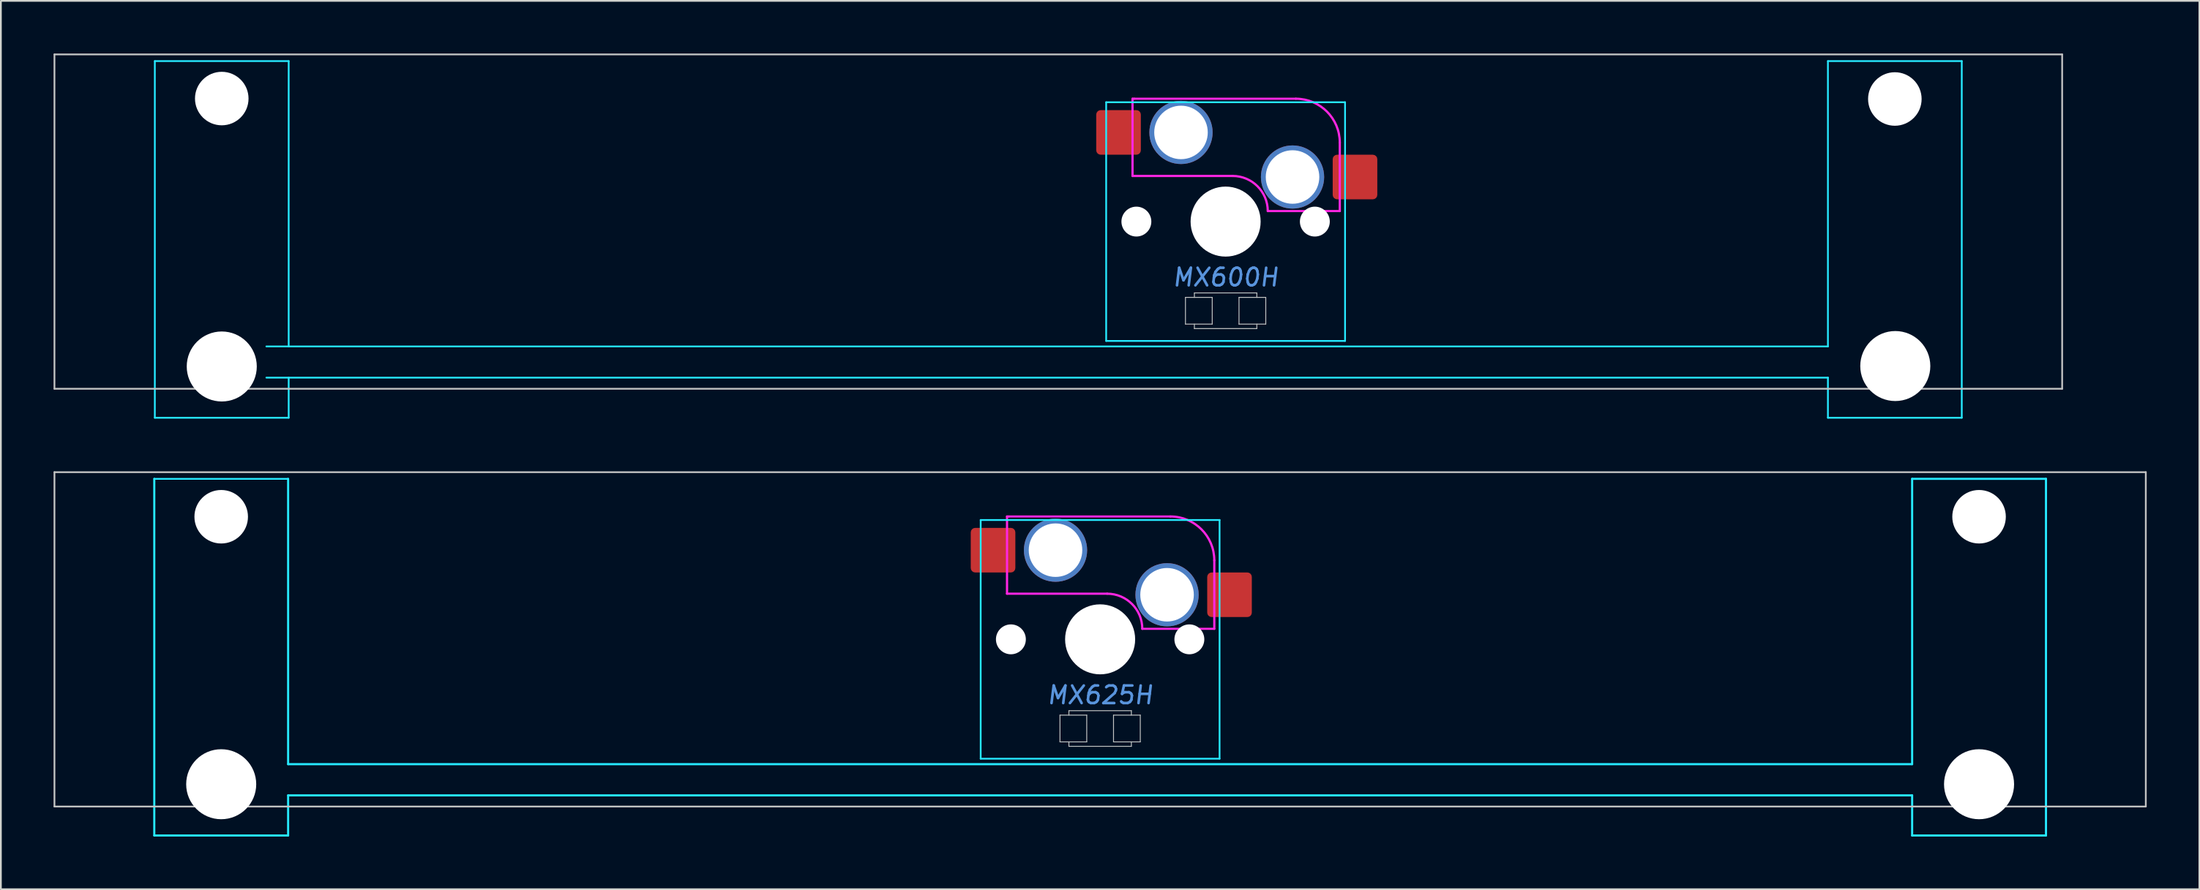
<source format=kicad_pcb>
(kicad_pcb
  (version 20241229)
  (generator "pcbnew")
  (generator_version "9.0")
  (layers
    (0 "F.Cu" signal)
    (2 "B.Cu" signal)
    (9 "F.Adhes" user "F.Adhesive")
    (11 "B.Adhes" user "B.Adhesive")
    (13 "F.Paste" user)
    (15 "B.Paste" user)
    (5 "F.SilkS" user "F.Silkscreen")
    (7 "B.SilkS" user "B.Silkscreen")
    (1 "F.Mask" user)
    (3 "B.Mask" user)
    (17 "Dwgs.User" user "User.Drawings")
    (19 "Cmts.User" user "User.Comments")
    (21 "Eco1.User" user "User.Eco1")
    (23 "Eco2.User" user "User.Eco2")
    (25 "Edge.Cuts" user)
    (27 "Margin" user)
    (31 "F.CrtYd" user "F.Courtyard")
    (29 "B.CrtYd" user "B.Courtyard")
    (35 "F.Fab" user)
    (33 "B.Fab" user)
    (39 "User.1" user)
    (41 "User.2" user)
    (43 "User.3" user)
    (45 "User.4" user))
  (footprint "MX600H"
    (layer "F.Cu")
    (at 66.725 9.575)
    (property "Reference" "MX600H" (at 0 3.175 0) (layer "Cmts.User") (effects (font (size 1 1) (thickness 0.15) (italic yes))))
    (attr smd)
    (fp_line (start -66.675 -9.525) (end -66.675 9.525) (stroke (width 0.1) (type solid)) (layer "Dwgs.User"))
    (fp_line (start -66.675 -9.525) (end 47.625 -9.525) (stroke (width 0.1) (type solid)) (layer "Dwgs.User"))
    (fp_line (start -66.675 9.525) (end 47.625 9.525) (stroke (width 0.1) (type solid)) (layer "Dwgs.User"))
    (fp_line (start -2.286 4.318) (end -0.762 4.318) (stroke (width 0.051) (type solid)) (layer "Dwgs.User"))
    (fp_line (start -2.286 5.842) (end -2.286 4.318) (stroke (width 0.051) (type solid)) (layer "Dwgs.User"))
    (fp_line (start -1.778 4.064) (end 1.778 4.064) (stroke (width 0.051) (type solid)) (layer "Dwgs.User"))
    (fp_line (start -1.778 4.318) (end -1.778 4.064) (stroke (width 0.051) (type solid)) (layer "Dwgs.User"))
    (fp_line (start -1.778 6.096) (end -1.778 5.842) (stroke (width 0.051) (type solid)) (layer "Dwgs.User"))
    (fp_line (start -0.762 4.318) (end -0.762 5.842) (stroke (width 0.051) (type solid)) (layer "Dwgs.User"))
    (fp_line (start -0.762 5.842) (end -2.286 5.842) (stroke (width 0.051) (type solid)) (layer "Dwgs.User"))
    (fp_line (start 0.762 4.318) (end 2.286 4.318) (stroke (width 0.051) (type solid)) (layer "Dwgs.User"))
    (fp_line (start 0.762 5.842) (end 0.762 4.318) (stroke (width 0.051) (type solid)) (layer "Dwgs.User"))
    (fp_line (start 1.778 4.064) (end 1.778 4.318) (stroke (width 0.051) (type solid)) (layer "Dwgs.User"))
    (fp_line (start 1.778 5.842) (end 1.778 6.096) (stroke (width 0.051) (type solid)) (layer "Dwgs.User"))
    (fp_line (start 1.778 6.096) (end -1.778 6.096) (stroke (width 0.051) (type solid)) (layer "Dwgs.User"))
    (fp_line (start 2.286 4.318) (end 2.286 5.842) (stroke (width 0.051) (type solid)) (layer "Dwgs.User"))
    (fp_line (start 2.286 5.842) (end 0.762 5.842) (stroke (width 0.051) (type solid)) (layer "Dwgs.User"))
    (fp_line (start 47.625 -9.525) (end 47.625 9.525) (stroke (width 0.1) (type solid)) (layer "Dwgs.User"))
    (fp_line (start -60.65 -5.485) (end -60.65 8.515) (stroke (width 0.1) (type solid)) (layer "Eco1.User"))
    (fp_line (start -60.15 -5.985) (end -54.15 -5.985) (stroke (width 0.1) (type solid)) (layer "Eco1.User"))
    (fp_line (start -54.15 9.015) (end -60.15 9.015) (stroke (width 0.1) (type solid)) (layer "Eco1.User"))
    (fp_line (start -53.65 8.515) (end -53.65 -5.485) (stroke (width 0.1) (type solid)) (layer "Eco1.User"))
    (fp_line (start -7 -6.5) (end -7 6.5) (stroke (width 0.1) (type solid)) (layer "Eco1.User"))
    (fp_line (start -6.5 7) (end 6.5 7) (stroke (width 0.1) (type solid)) (layer "Eco1.User"))
    (fp_line (start 6.5 -7) (end -6.5 -7) (stroke (width 0.1) (type solid)) (layer "Eco1.User"))
    (fp_line (start 7 6.5) (end 7 -6.5) (stroke (width 0.1) (type solid)) (layer "Eco1.User"))
    (fp_line (start 34.6 -5.485) (end 34.6 8.515) (stroke (width 0.1) (type solid)) (layer "Eco1.User"))
    (fp_line (start 35.1 -5.985) (end 41.1 -5.985) (stroke (width 0.1) (type solid)) (layer "Eco1.User"))
    (fp_line (start 41.1 9.015) (end 35.1 9.015) (stroke (width 0.1) (type solid)) (layer "Eco1.User"))
    (fp_line (start 41.6 8.515) (end 41.6 -5.485) (stroke (width 0.1) (type solid)) (layer "Eco1.User"))
    (fp_arc (start -60.65 -5.485) (mid -60.503553 -5.838553) (end -60.15 -5.985) (stroke (width 0.1) (type solid)) (layer "Eco1.User"))
    (fp_arc (start -60.15 9.015) (mid -60.503553 8.868553) (end -60.65 8.515) (stroke (width 0.1) (type solid)) (layer "Eco1.User"))
    (fp_arc (start -54.15 -5.985) (mid -53.796447 -5.838553) (end -53.65 -5.485) (stroke (width 0.1) (type solid)) (layer "Eco1.User"))
    (fp_arc (start -53.65 8.515) (mid -53.796447 8.868553) (end -54.15 9.015) (stroke (width 0.1) (type solid)) (layer "Eco1.User"))
    (fp_arc (start -7 -6.5) (mid -6.853553 -6.853553) (end -6.5 -7) (stroke (width 0.1) (type solid)) (layer "Eco1.User"))
    (fp_arc (start -6.5 7) (mid -6.853553 6.853553) (end -7 6.5) (stroke (width 0.1) (type solid)) (layer "Eco1.User"))
    (fp_arc (start 6.5 -7) (mid 6.853553 -6.853553) (end 7 -6.5) (stroke (width 0.1) (type solid)) (layer "Eco1.User"))
    (fp_arc (start 7 6.5) (mid 6.853553 6.853553) (end 6.5 7) (stroke (width 0.1) (type solid)) (layer "Eco1.User"))
    (fp_arc (start 34.6 -5.485) (mid 34.746447 -5.838553) (end 35.1 -5.985) (stroke (width 0.1) (type solid)) (layer "Eco1.User"))
    (fp_arc (start 35.1 9.015) (mid 34.746447 8.868553) (end 34.6 8.515) (stroke (width 0.1) (type solid)) (layer "Eco1.User"))
    (fp_arc (start 41.1 -5.985) (mid 41.453553 -5.838553) (end 41.6 -5.485) (stroke (width 0.1) (type solid)) (layer "Eco1.User"))
    (fp_arc (start 41.6 8.515) (mid 41.453553 8.868553) (end 41.1 9.015) (stroke (width 0.1) (type solid)) (layer "Eco1.User"))
    (fp_line (start -60.96 -9.144) (end -60.96 11.176) (stroke (width 0.1) (type solid)) (layer "B.CrtYd"))
    (fp_line (start -60.96 -9.144) (end -53.34 -9.144) (stroke (width 0.1) (type solid)) (layer "B.CrtYd"))
    (fp_line (start -60.96 11.176) (end -53.34 11.176) (stroke (width 0.1) (type solid)) (layer "B.CrtYd"))
    (fp_line (start -54.61 7.112) (end 34.29 7.112) (stroke (width 0.1) (type solid)) (layer "B.CrtYd"))
    (fp_line (start -54.61 8.89) (end 34.29 8.89) (stroke (width 0.1) (type solid)) (layer "B.CrtYd"))
    (fp_line (start -53.34 7.112) (end -53.34 -9.144) (stroke (width 0.1) (type solid)) (layer "B.CrtYd"))
    (fp_line (start -53.34 8.89) (end -53.34 11.176) (stroke (width 0.1) (type solid)) (layer "B.CrtYd"))
    (fp_line (start -6.8 -6.8) (end -6.8 6.8) (stroke (width 0.1) (type solid)) (layer "B.CrtYd"))
    (fp_line (start 6.8 -6.8) (end -6.8 -6.8) (stroke (width 0.1) (type solid)) (layer "B.CrtYd"))
    (fp_line (start 6.8 -6.8) (end 6.8 6.8) (stroke (width 0.1) (type solid)) (layer "B.CrtYd"))
    (fp_line (start 6.8 6.8) (end -6.8 6.8) (stroke (width 0.1) (type solid)) (layer "B.CrtYd"))
    (fp_line (start 34.29 7.112) (end 34.29 -9.144) (stroke (width 0.1) (type solid)) (layer "B.CrtYd"))
    (fp_line (start 34.29 8.89) (end 34.29 11.176) (stroke (width 0.1) (type solid)) (layer "B.CrtYd"))
    (fp_line (start 41.91 -9.144) (end 34.29 -9.144) (stroke (width 0.1) (type solid)) (layer "B.CrtYd"))
    (fp_line (start 41.91 -9.144) (end 41.91 11.176) (stroke (width 0.1) (type solid)) (layer "B.CrtYd"))
    (fp_line (start 41.91 11.176) (end 34.29 11.176) (stroke (width 0.1) (type solid)) (layer "B.CrtYd"))
    (fp_line (start -5.3 -7) (end -5.3 -2.6) (stroke (width 0.127) (type solid)) (layer "F.CrtYd"))
    (fp_line (start -5.2 -7) (end -5.3 -7) (stroke (width 0.12) (type solid)) (layer "F.CrtYd"))
    (fp_line (start 0.4 -2.6) (end -5.3 -2.6) (stroke (width 0.127) (type solid)) (layer "F.CrtYd"))
    (fp_line (start 4 -7) (end -5.2 -7) (stroke (width 0.12) (type solid)) (layer "F.CrtYd"))
    (fp_line (start 6.5 -4.5) (end 6.5 -0.6) (stroke (width 0.127) (type solid)) (layer "F.CrtYd"))
    (fp_line (start 6.5 -0.6) (end 2.4 -0.6) (stroke (width 0.12) (type solid)) (layer "F.CrtYd"))
    (fp_arc (start 0.4 -2.6) (mid 1.814214 -2.014214) (end 2.4 -0.6) (stroke (width 0.127) (type solid)) (layer "F.CrtYd"))
    (fp_arc (start 4 -7) (mid 5.767767 -6.267767) (end 6.5 -4.5) (stroke (width 0.127) (type solid)) (layer "F.CrtYd"))
    (pad "" np_thru_hole circle (at -57.15 -7.01) (size 3.048 3.048) (drill 3.048) (layers "*.Cu" "*.Mask"))
    (pad "" np_thru_hole circle (at -57.15 8.255) (size 3.988 3.988) (drill 3.988) (layers "*.Cu" "*.Mask"))
    (pad "" np_thru_hole circle (at -5.08 0) (size 1.702 1.702) (drill 1.702) (layers "*.Cu" "*.Mask"))
    (pad "" thru_hole circle (at -2.54 -5.08) (size 3.6 3.6) (drill 3.048) (layers "*.Cu" "*.Mask"))
    (pad "" np_thru_hole circle (at 0 0) (size 3.988 3.988) (drill 3.988) (layers "*.Cu" "*.Mask"))
    (pad "" thru_hole circle (at 3.81 -2.54) (size 3.6 3.6) (drill 3.048) (layers "*.Cu" "*.Mask"))
    (pad "" np_thru_hole circle (at 5.08 0) (size 1.702 1.702) (drill 1.702) (layers "*.Cu" "*.Mask"))
    (pad "" np_thru_hole circle (at 38.1 -6.985) (size 3.048 3.048) (drill 3.048) (layers "*.Cu" "*.Mask"))
    (pad "" np_thru_hole circle (at 38.125 8.23) (size 3.988 3.988) (drill 3.988) (layers "*.Cu" "*.Mask"))
    (pad "1" smd roundrect (at -6.096 -5.08) (size 2.54 2.54) (layers "F.Cu" "F.Mask") (roundrect_rratio 0.1))
    (pad "2" smd roundrect (at 7.366 -2.54) (size 2.54 2.54) (layers "F.Cu" "F.Mask") (roundrect_rratio 0.1)))
  (footprint "MX625H"
    (layer "F.Cu")
    (at 59.581 33.376)
    (property "Reference" "MX625H" (at 0 3.175 0) (layer "Cmts.User") (effects (font (size 1 1) (thickness 0.15) (italic yes))))
    (attr smd)
    (fp_line (start -59.531 -9.525) (end -59.531 9.525) (stroke (width 0.1) (type solid)) (layer "Dwgs.User"))
    (fp_line (start -59.531 -9.525) (end 59.531 -9.525) (stroke (width 0.1) (type solid)) (layer "Dwgs.User"))
    (fp_line (start -59.531 9.525) (end 59.531 9.525) (stroke (width 0.1) (type solid)) (layer "Dwgs.User"))
    (fp_line (start -2.286 4.318) (end -0.762 4.318) (stroke (width 0.051) (type solid)) (layer "Dwgs.User"))
    (fp_line (start -2.286 5.842) (end -2.286 4.318) (stroke (width 0.051) (type solid)) (layer "Dwgs.User"))
    (fp_line (start -1.778 4.064) (end 1.778 4.064) (stroke (width 0.051) (type solid)) (layer "Dwgs.User"))
    (fp_line (start -1.778 4.318) (end -1.778 4.064) (stroke (width 0.051) (type solid)) (layer "Dwgs.User"))
    (fp_line (start -1.778 6.096) (end -1.778 5.842) (stroke (width 0.051) (type solid)) (layer "Dwgs.User"))
    (fp_line (start -0.762 4.318) (end -0.762 5.842) (stroke (width 0.051) (type solid)) (layer "Dwgs.User"))
    (fp_line (start -0.762 5.842) (end -2.286 5.842) (stroke (width 0.051) (type solid)) (layer "Dwgs.User"))
    (fp_line (start 0.762 4.318) (end 2.286 4.318) (stroke (width 0.051) (type solid)) (layer "Dwgs.User"))
    (fp_line (start 0.762 5.842) (end 0.762 4.318) (stroke (width 0.051) (type solid)) (layer "Dwgs.User"))
    (fp_line (start 1.778 4.064) (end 1.778 4.318) (stroke (width 0.051) (type solid)) (layer "Dwgs.User"))
    (fp_line (start 1.778 5.842) (end 1.778 6.096) (stroke (width 0.051) (type solid)) (layer "Dwgs.User"))
    (fp_line (start 1.778 6.096) (end -1.778 6.096) (stroke (width 0.051) (type solid)) (layer "Dwgs.User"))
    (fp_line (start 2.286 4.318) (end 2.286 5.842) (stroke (width 0.051) (type solid)) (layer "Dwgs.User"))
    (fp_line (start 2.286 5.842) (end 0.762 5.842) (stroke (width 0.051) (type solid)) (layer "Dwgs.User"))
    (fp_line (start 59.531 -9.525) (end 59.531 9.525) (stroke (width 0.1) (type solid)) (layer "Dwgs.User"))
    (fp_line (start -53.538 -5.485) (end -53.538 8.515) (stroke (width 0.1) (type solid)) (layer "Eco1.User"))
    (fp_line (start -53.038 -5.985) (end -47.038 -5.985) (stroke (width 0.1) (type solid)) (layer "Eco1.User"))
    (fp_line (start -47.038 9.015) (end -53.038 9.015) (stroke (width 0.1) (type solid)) (layer "Eco1.User"))
    (fp_line (start -46.538 8.515) (end -46.538 -5.485) (stroke (width 0.1) (type solid)) (layer "Eco1.User"))
    (fp_line (start -7 -6.5) (end -7 6.5) (stroke (width 0.1) (type solid)) (layer "Eco1.User"))
    (fp_line (start -6.5 7) (end 6.5 7) (stroke (width 0.1) (type solid)) (layer "Eco1.User"))
    (fp_line (start 6.5 -7) (end -6.5 -7) (stroke (width 0.1) (type solid)) (layer "Eco1.User"))
    (fp_line (start 7 6.5) (end 7 -6.5) (stroke (width 0.1) (type solid)) (layer "Eco1.User"))
    (fp_line (start 46.538 -5.485) (end 46.538 8.515) (stroke (width 0.1) (type solid)) (layer "Eco1.User"))
    (fp_line (start 47.038 -5.985) (end 53.038 -5.985) (stroke (width 0.1) (type solid)) (layer "Eco1.User"))
    (fp_line (start 53.038 9.015) (end 47.038 9.015) (stroke (width 0.1) (type solid)) (layer "Eco1.User"))
    (fp_line (start 53.538 8.515) (end 53.538 -5.485) (stroke (width 0.1) (type solid)) (layer "Eco1.User"))
    (fp_arc (start -53.538 -5.485) (mid -53.391553 -5.838553) (end -53.038 -5.985) (stroke (width 0.1) (type solid)) (layer "Eco1.User"))
    (fp_arc (start -53.038 9.015) (mid -53.391553 8.868553) (end -53.538 8.515) (stroke (width 0.1) (type solid)) (layer "Eco1.User"))
    (fp_arc (start -47.038 -5.985) (mid -46.684447 -5.838553) (end -46.538 -5.485) (stroke (width 0.1) (type solid)) (layer "Eco1.User"))
    (fp_arc (start -46.538 8.515) (mid -46.684447 8.868553) (end -47.038 9.015) (stroke (width 0.1) (type solid)) (layer "Eco1.User"))
    (fp_arc (start -7 -6.5) (mid -6.853553 -6.853553) (end -6.5 -7) (stroke (width 0.1) (type solid)) (layer "Eco1.User"))
    (fp_arc (start -6.5 7) (mid -6.853553 6.853553) (end -7 6.5) (stroke (width 0.1) (type solid)) (layer "Eco1.User"))
    (fp_arc (start 6.5 -7) (mid 6.853553 -6.853553) (end 7 -6.5) (stroke (width 0.1) (type solid)) (layer "Eco1.User"))
    (fp_arc (start 7 6.5) (mid 6.853553 6.853553) (end 6.5 7) (stroke (width 0.1) (type solid)) (layer "Eco1.User"))
    (fp_arc (start 46.538 -5.485) (mid 46.684447 -5.838553) (end 47.038 -5.985) (stroke (width 0.1) (type solid)) (layer "Eco1.User"))
    (fp_arc (start 47.038 9.015) (mid 46.684447 8.868553) (end 46.538 8.515) (stroke (width 0.1) (type solid)) (layer "Eco1.User"))
    (fp_arc (start 53.038 -5.985) (mid 53.391553 -5.838553) (end 53.538 -5.485) (stroke (width 0.1) (type solid)) (layer "Eco1.User"))
    (fp_arc (start 53.538 8.515) (mid 53.391553 8.868553) (end 53.038 9.015) (stroke (width 0.1) (type solid)) (layer "Eco1.User"))
    (fp_line (start -53.848 -9.144) (end -46.228 -9.144) (stroke (width 0.1) (type solid)) (layer "B.CrtYd"))
    (fp_line (start -53.848 11.176) (end -53.848 -9.144) (stroke (width 0.12) (type solid)) (layer "B.CrtYd"))
    (fp_line (start -53.848 11.176) (end -46.228 11.176) (stroke (width 0.12) (type solid)) (layer "B.CrtYd"))
    (fp_line (start -46.228 7.112) (end -46.228 -9.144) (stroke (width 0.12) (type solid)) (layer "B.CrtYd"))
    (fp_line (start -46.228 7.112) (end 46.228 7.112) (stroke (width 0.12) (type solid)) (layer "B.CrtYd"))
    (fp_line (start -46.228 8.89) (end 46.228 8.89) (stroke (width 0.12) (type solid)) (layer "B.CrtYd"))
    (fp_line (start -46.228 11.176) (end -46.228 8.89) (stroke (width 0.12) (type solid)) (layer "B.CrtYd"))
    (fp_line (start -6.8 -6.8) (end -6.8 6.8) (stroke (width 0.1) (type solid)) (layer "B.CrtYd"))
    (fp_line (start 6.8 -6.8) (end -6.8 -6.8) (stroke (width 0.1) (type solid)) (layer "B.CrtYd"))
    (fp_line (start 6.8 -6.8) (end 6.8 6.8) (stroke (width 0.1) (type solid)) (layer "B.CrtYd"))
    (fp_line (start 6.8 6.8) (end -6.8 6.8) (stroke (width 0.1) (type solid)) (layer "B.CrtYd"))
    (fp_line (start 46.228 7.112) (end 46.228 -9.144) (stroke (width 0.12) (type solid)) (layer "B.CrtYd"))
    (fp_line (start 46.228 11.176) (end 46.228 8.89) (stroke (width 0.12) (type solid)) (layer "B.CrtYd"))
    (fp_line (start 53.848 -9.144) (end 46.228 -9.144) (stroke (width 0.12) (type solid)) (layer "B.CrtYd"))
    (fp_line (start 53.848 11.176) (end 46.228 11.176) (stroke (width 0.12) (type solid)) (layer "B.CrtYd"))
    (fp_line (start 53.848 11.176) (end 53.848 -9.144) (stroke (width 0.12) (type solid)) (layer "B.CrtYd"))
    (fp_line (start -5.3 -7) (end -5.3 -2.6) (stroke (width 0.127) (type solid)) (layer "F.CrtYd"))
    (fp_line (start -5.2 -7) (end -5.3 -7) (stroke (width 0.12) (type solid)) (layer "F.CrtYd"))
    (fp_line (start 0.4 -2.6) (end -5.3 -2.6) (stroke (width 0.127) (type solid)) (layer "F.CrtYd"))
    (fp_line (start 4 -7) (end -5.2 -7) (stroke (width 0.12) (type solid)) (layer "F.CrtYd"))
    (fp_line (start 6.5 -4.5) (end 6.5 -0.6) (stroke (width 0.127) (type solid)) (layer "F.CrtYd"))
    (fp_line (start 6.5 -0.6) (end 2.4 -0.6) (stroke (width 0.12) (type solid)) (layer "F.CrtYd"))
    (fp_arc (start 0.4 -2.6) (mid 1.814214 -2.014214) (end 2.4 -0.6) (stroke (width 0.127) (type solid)) (layer "F.CrtYd"))
    (fp_arc (start 4 -7) (mid 5.767767 -6.267767) (end 6.5 -4.5) (stroke (width 0.127) (type solid)) (layer "F.CrtYd"))
    (pad "" np_thru_hole circle (at -50.038 -6.985) (size 3.048 3.048) (drill 3.048) (layers "*.Cu" "*.Mask"))
    (pad "" np_thru_hole circle (at -50.038 8.255) (size 3.988 3.988) (drill 3.988) (layers "*.Cu" "*.Mask"))
    (pad "" np_thru_hole circle (at -5.08 0) (size 1.702 1.702) (drill 1.702) (layers "*.Cu" "*.Mask"))
    (pad "" thru_hole circle (at -2.54 -5.08) (size 3.6 3.6) (drill 3.048) (layers "*.Cu" "*.Mask"))
    (pad "" np_thru_hole circle (at 0 0) (size 3.988 3.988) (drill 3.988) (layers "*.Cu" "*.Mask"))
    (pad "" thru_hole circle (at 3.81 -2.54) (size 3.6 3.6) (drill 3.048) (layers "*.Cu" "*.Mask"))
    (pad "" np_thru_hole circle (at 5.08 0) (size 1.702 1.702) (drill 1.702) (layers "*.Cu" "*.Mask"))
    (pad "" np_thru_hole circle (at 50.038 -6.985) (size 3.048 3.048) (drill 3.048) (layers "*.Cu" "*.Mask"))
    (pad "" np_thru_hole circle (at 50.038 8.255) (size 3.988 3.988) (drill 3.988) (layers "*.Cu" "*.Mask"))
    (pad "1" smd roundrect (at -6.096 -5.08) (size 2.54 2.54) (layers "F.Cu" "F.Mask") (roundrect_rratio 0.1))
    (pad "2" smd roundrect (at 7.366 -2.54) (size 2.54 2.54) (layers "F.Cu" "F.Mask") (roundrect_rratio 0.1)))
  (gr_rect
    (start -3 -3)
    (end 122.162 47.612)
    (stroke (width 0.1) (type default))
    (fill no)
    (layer "Edge.Cuts")))
</source>
